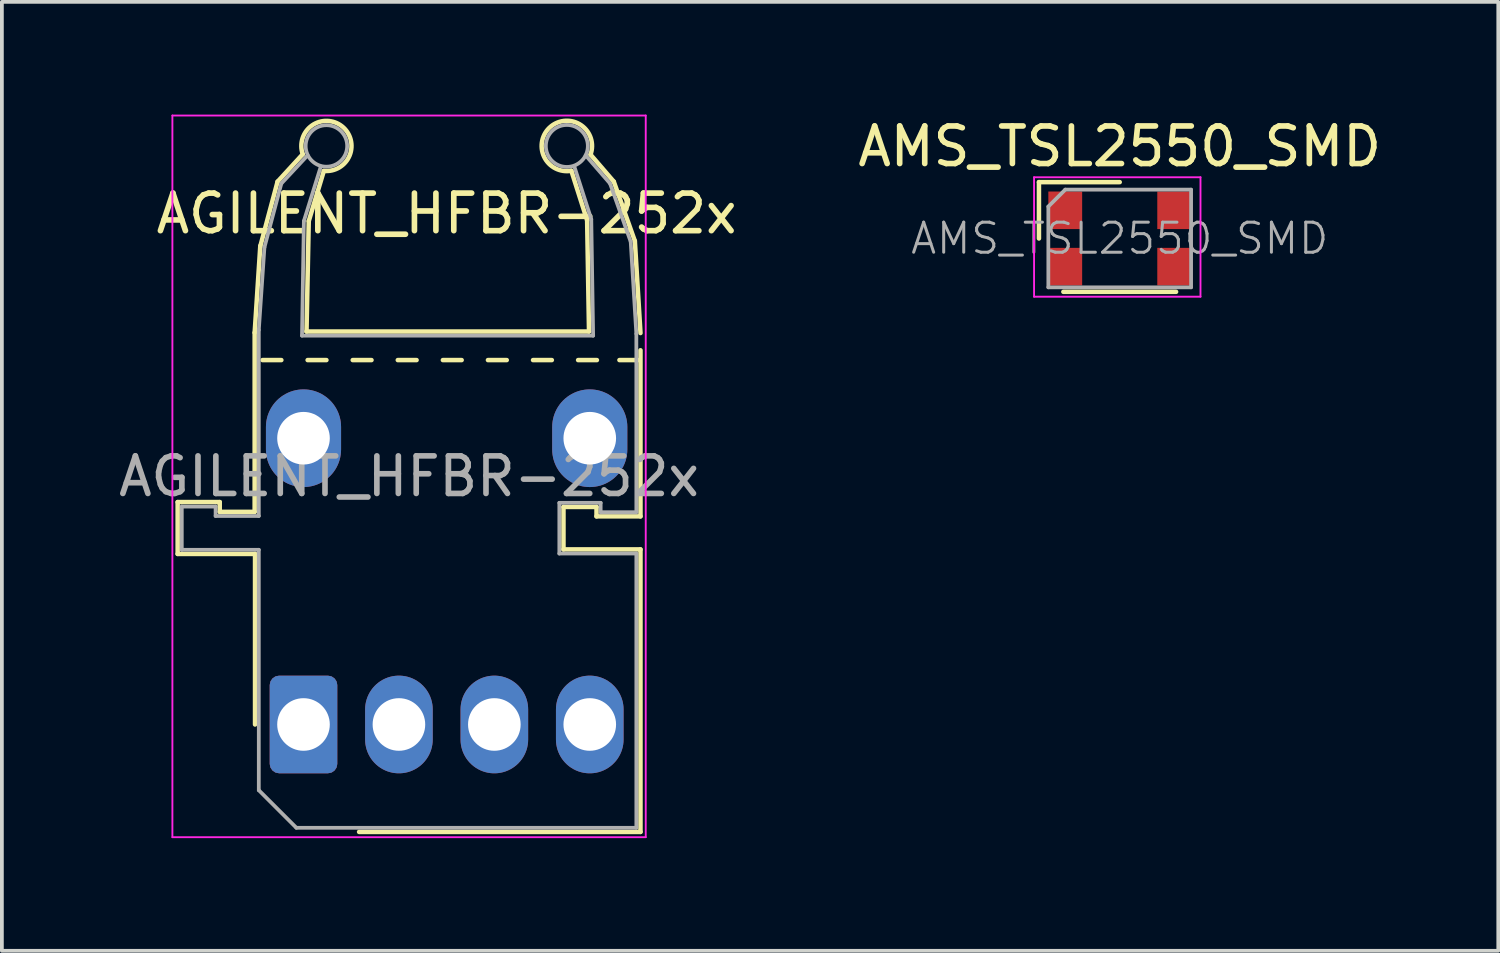
<source format=kicad_pcb>
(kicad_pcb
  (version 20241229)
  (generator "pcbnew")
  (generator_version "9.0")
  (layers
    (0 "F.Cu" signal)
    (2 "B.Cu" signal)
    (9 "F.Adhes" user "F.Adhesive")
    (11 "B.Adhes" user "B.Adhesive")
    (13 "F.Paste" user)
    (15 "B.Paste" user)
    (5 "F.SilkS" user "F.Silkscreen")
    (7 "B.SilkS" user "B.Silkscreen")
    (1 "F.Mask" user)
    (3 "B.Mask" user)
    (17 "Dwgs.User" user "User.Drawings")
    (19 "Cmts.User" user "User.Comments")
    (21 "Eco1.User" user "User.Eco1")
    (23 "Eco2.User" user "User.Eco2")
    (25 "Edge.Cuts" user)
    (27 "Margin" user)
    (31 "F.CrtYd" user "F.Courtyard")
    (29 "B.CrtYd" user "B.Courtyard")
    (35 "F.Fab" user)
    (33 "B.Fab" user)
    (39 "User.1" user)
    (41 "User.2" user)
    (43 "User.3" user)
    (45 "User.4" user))
  (footprint "AMS_TSL2550_SMD"
    (layer "F.Cu")
    (at 26.756 3.298)
    (property "Reference" "AMS_TSL2550_SMD" (at 0 -2.45 0) (layer "F.SilkS") (effects (font (size 1 1) (thickness 0.15))))
    (attr smd)
    (fp_line (start -2.15 -1.5) (end 0 -1.5) (stroke (width 0.12) (type solid)) (layer "F.SilkS"))
    (fp_line (start -2.15 0) (end -2.15 -1.5) (stroke (width 0.12) (type solid)) (layer "F.SilkS"))
    (fp_line (start -1.5 1.42) (end 1.5 1.42) (stroke (width 0.12) (type solid)) (layer "F.SilkS"))
    (fp_line (start -2.28 -1.63) (end -2.28 1.55) (stroke (width 0.05) (type solid)) (layer "F.CrtYd"))
    (fp_line (start -2.28 -1.63) (end 2.15 -1.63) (stroke (width 0.05) (type solid)) (layer "F.CrtYd"))
    (fp_line (start 2.15 1.55) (end -2.28 1.55) (stroke (width 0.05) (type solid)) (layer "F.CrtYd"))
    (fp_line (start 2.15 1.55) (end 2.15 -1.63) (stroke (width 0.05) (type solid)) (layer "F.CrtYd"))
    (fp_line (start -1.9 -0.85) (end -1.9 1.3) (stroke (width 0.1) (type solid)) (layer "F.Fab"))
    (fp_line (start -1.9 1.3) (end 1.9 1.3) (stroke (width 0.1) (type solid)) (layer "F.Fab"))
    (fp_line (start -1.45 -1.3) (end -1.9 -0.85) (stroke (width 0.1) (type solid)) (layer "F.Fab"))
    (fp_line (start 1.9 -1.3) (end -1.45 -1.3) (stroke (width 0.1) (type solid)) (layer "F.Fab"))
    (fp_line (start 1.9 1.3) (end 1.9 -1.3) (stroke (width 0.1) (type solid)) (layer "F.Fab"))
    (fp_text user "${REFERENCE}" (at 0 0 0) (layer "F.Fab") (effects (font (size 0.8 0.8) (thickness 0.08))))
    (pad "1" smd rect (at -1.45 -0.75) (size 0.9 1) (layers "F.Cu" "F.Mask" "F.Paste"))
    (pad "2" smd rect (at -1.45 0.75) (size 0.9 1) (layers "F.Cu" "F.Mask" "F.Paste"))
    (pad "3" smd rect (at 1.45 0.75) (size 0.9 1) (layers "F.Cu" "F.Mask" "F.Paste"))
    (pad "4" smd rect (at 1.45 -0.75) (size 0.9 1) (layers "F.Cu" "F.Mask" "F.Paste")))
  (footprint "AGILENT_HFBR-252x"
    (layer "F.Cu")
    (at 5.029 16.235)
    (property "Reference" "AGILENT_HFBR-252x" (at 3.81 -13.6 0) (layer "F.SilkS") (effects (font (size 1 1) (thickness 0.15))))
    (attr through_hole)
    (fp_line (start -3.35 -5.92) (end -2.23 -5.92) (stroke (width 0.12) (type solid)) (layer "F.SilkS"))
    (fp_line (start -3.35 -4.54) (end -3.35 -5.92) (stroke (width 0.12) (type solid)) (layer "F.SilkS"))
    (fp_line (start -2.23 -5.66) (end -2.23 -5.92) (stroke (width 0.12) (type solid)) (layer "F.SilkS"))
    (fp_line (start -2.23 -5.66) (end -1.3 -5.66) (stroke (width 0.12) (type solid)) (layer "F.SilkS"))
    (fp_line (start -1.3 -10.43) (end -1.15 -12.74) (stroke (width 0.12) (type solid)) (layer "F.SilkS"))
    (fp_line (start -1.3 -5.66) (end -1.3 -10.43) (stroke (width 0.12) (type solid)) (layer "F.SilkS"))
    (fp_line (start -1.29 -4.54) (end -3.35 -4.54) (stroke (width 0.12) (type solid)) (layer "F.SilkS"))
    (fp_line (start -1.29 -4.54) (end -1.29 0.000043) (stroke (width 0.12) (type solid)) (layer "F.SilkS"))
    (fp_line (start -1.15 -12.73) (end -0.69 -14.45) (stroke (width 0.12) (type solid)) (layer "F.SilkS"))
    (fp_line (start -0.69 -14.45) (end -0.02 -15.18) (stroke (width 0.12) (type solid)) (layer "F.SilkS"))
    (fp_line (start -0.59 -9.7) (end -1.09 -9.7) (stroke (width 0.12) (type solid)) (layer "F.SilkS"))
    (fp_line (start 0.08 -10.46) (end 0.14 -13.4) (stroke (width 0.12) (type solid)) (layer "F.SilkS"))
    (fp_line (start 0.14 -13.4) (end 0.54 -14.73) (stroke (width 0.12) (type solid)) (layer "F.SilkS"))
    (fp_line (start 0.61 -9.7) (end 0.11 -9.7) (stroke (width 0.12) (type solid)) (layer "F.SilkS"))
    (fp_line (start 1.48 2.86) (end 8.97 2.86) (stroke (width 0.12) (type solid)) (layer "F.SilkS"))
    (fp_line (start 1.81 -9.7) (end 1.31 -9.7) (stroke (width 0.12) (type solid)) (layer "F.SilkS"))
    (fp_line (start 3.01 -9.7) (end 2.51 -9.7) (stroke (width 0.12) (type solid)) (layer "F.SilkS"))
    (fp_line (start 4.21 -9.7) (end 3.71 -9.7) (stroke (width 0.12) (type solid)) (layer "F.SilkS"))
    (fp_line (start 5.41 -9.7) (end 4.91 -9.7) (stroke (width 0.12) (type solid)) (layer "F.SilkS"))
    (fp_line (start 6.61 -9.7) (end 6.11 -9.7) (stroke (width 0.12) (type solid)) (layer "F.SilkS"))
    (fp_line (start 6.92 -5.79) (end 7.8 -5.79) (stroke (width 0.12) (type solid)) (layer "F.SilkS"))
    (fp_line (start 6.92 -4.66) (end 6.92 -5.79) (stroke (width 0.12) (type solid)) (layer "F.SilkS"))
    (fp_line (start 7.55 -13.42) (end 7.13 -14.74) (stroke (width 0.12) (type solid)) (layer "F.SilkS"))
    (fp_line (start 7.6 -10.46) (end 0.08 -10.46) (stroke (width 0.12) (type solid)) (layer "F.SilkS"))
    (fp_line (start 7.6 -10.46) (end 7.55 -13.42) (stroke (width 0.12) (type solid)) (layer "F.SilkS"))
    (fp_line (start 7.8 -5.54) (end 7.8 -5.79) (stroke (width 0.12) (type solid)) (layer "F.SilkS"))
    (fp_line (start 7.8 -5.54) (end 8.97 -5.54) (stroke (width 0.12) (type solid)) (layer "F.SilkS"))
    (fp_line (start 7.81 -9.7) (end 7.31 -9.7) (stroke (width 0.12) (type solid)) (layer "F.SilkS"))
    (fp_line (start 8.26 -14.45) (end 7.64 -15.17) (stroke (width 0.12) (type solid)) (layer "F.SilkS"))
    (fp_line (start 8.82 -12.87) (end 8.26 -14.45) (stroke (width 0.12) (type solid)) (layer "F.SilkS"))
    (fp_line (start 8.91 -9.7) (end 8.41 -9.7) (stroke (width 0.12) (type solid)) (layer "F.SilkS"))
    (fp_line (start 8.97 -10.42) (end 8.82 -12.87) (stroke (width 0.12) (type solid)) (layer "F.SilkS"))
    (fp_line (start 8.97 -5.54) (end 8.97 -9.961) (stroke (width 0.12) (type solid)) (layer "F.SilkS"))
    (fp_line (start 8.97 -4.66) (end 6.92 -4.66) (stroke (width 0.12) (type solid)) (layer "F.SilkS"))
    (fp_line (start 8.97 2.86) (end 8.97 -4.66) (stroke (width 0.12) (type solid)) (layer "F.SilkS"))
    (fp_arc (start -0.02 -15.18) (mid 1.024518 -15.922948) (end 0.53962 -14.736414) (stroke (width 0.12) (type solid)) (layer "F.SilkS"))
    (fp_arc (start 7.129973 -14.740147) (mid 6.577787 -15.912827) (end 7.64 -15.17) (stroke (width 0.12) (type solid)) (layer "F.SilkS"))
    (fp_line (start -3.49 -16.21) (end -3.49 3) (stroke (width 0.05) (type solid)) (layer "F.CrtYd"))
    (fp_line (start -3.49 -16.21) (end 9.11 -16.21) (stroke (width 0.05) (type solid)) (layer "F.CrtYd"))
    (fp_line (start 9.11 3) (end -3.49 3) (stroke (width 0.05) (type solid)) (layer "F.CrtYd"))
    (fp_line (start 9.11 3) (end 9.11 -16.21) (stroke (width 0.05) (type solid)) (layer "F.CrtYd"))
    (fp_line (start -3.24 -5.8) (end -3.24 -4.65) (stroke (width 0.1) (type solid)) (layer "F.Fab"))
    (fp_line (start -3.24 -4.65) (end -1.19 -4.65) (stroke (width 0.1) (type solid)) (layer "F.Fab"))
    (fp_line (start -2.34 -5.8) (end -3.24 -5.8) (stroke (width 0.1) (type solid)) (layer "F.Fab"))
    (fp_line (start -2.34 -5.55) (end -2.34 -5.8) (stroke (width 0.1) (type solid)) (layer "F.Fab"))
    (fp_line (start -1.19 -10.5) (end -1.19 -5.55) (stroke (width 0.1) (type solid)) (layer "F.Fab"))
    (fp_line (start -1.19 -5.55) (end -2.34 -5.55) (stroke (width 0.1) (type solid)) (layer "F.Fab"))
    (fp_line (start -1.19 -4.65) (end -1.19 1.75) (stroke (width 0.1) (type solid)) (layer "F.Fab"))
    (fp_line (start -1.04 -12.7) (end -1.19 -10.5) (stroke (width 0.1) (type solid)) (layer "F.Fab"))
    (fp_line (start -0.59 -14.4) (end -1.04 -12.7) (stroke (width 0.1) (type solid)) (layer "F.Fab"))
    (fp_line (start -0.19 2.75) (end -1.19 1.75) (stroke (width 0.1) (type solid)) (layer "F.Fab"))
    (fp_line (start -0.19 2.75) (end 8.86 2.75) (stroke (width 0.1) (type solid)) (layer "F.Fab"))
    (fp_line (start -0.04 -10.35) (end 0.01 -13.4) (stroke (width 0.1) (type solid)) (layer "F.Fab"))
    (fp_line (start 0.01 -13.4) (end 0.46 -14.85) (stroke (width 0.1) (type solid)) (layer "F.Fab"))
    (fp_line (start 0.11 -15.15) (end -0.59 -14.4) (stroke (width 0.1) (type solid)) (layer "F.Fab"))
    (fp_line (start 6.81 -5.9) (end 7.91 -5.9) (stroke (width 0.1) (type solid)) (layer "F.Fab"))
    (fp_line (start 6.81 -4.55) (end 6.81 -5.9) (stroke (width 0.1) (type solid)) (layer "F.Fab"))
    (fp_line (start 7.21 -14.85) (end 7.66 -13.45) (stroke (width 0.1) (type solid)) (layer "F.Fab"))
    (fp_line (start 7.66 -13.45) (end 7.71 -10.35) (stroke (width 0.1) (type solid)) (layer "F.Fab"))
    (fp_line (start 7.71 -10.35) (end -0.04 -10.35) (stroke (width 0.1) (type solid)) (layer "F.Fab"))
    (fp_line (start 7.91 -5.9) (end 7.91 -5.65) (stroke (width 0.1) (type solid)) (layer "F.Fab"))
    (fp_line (start 7.91 -5.65) (end 8.86 -5.65) (stroke (width 0.1) (type solid)) (layer "F.Fab"))
    (fp_line (start 8.16 -14.4) (end 7.51 -15.15) (stroke (width 0.1) (type solid)) (layer "F.Fab"))
    (fp_line (start 8.71 -12.85) (end 8.16 -14.4) (stroke (width 0.1) (type solid)) (layer "F.Fab"))
    (fp_line (start 8.86 -10.4) (end 8.71 -12.85) (stroke (width 0.1) (type solid)) (layer "F.Fab"))
    (fp_line (start 8.86 -5.65) (end 8.86 -10.4) (stroke (width 0.1) (type solid)) (layer "F.Fab"))
    (fp_line (start 8.86 -4.55) (end 6.81 -4.55) (stroke (width 0.1) (type solid)) (layer "F.Fab"))
    (fp_line (start 8.86 2.75) (end 8.86 -4.55) (stroke (width 0.1) (type solid)) (layer "F.Fab"))
    (fp_circle (center 0.61 -15.4) (end 0.66 -14.85) (stroke (width 0.1) (type solid)) (fill no) (layer "F.Fab"))
    (fp_circle (center 7.01 -15.4) (end 7.51 -15.15) (stroke (width 0.1) (type solid)) (fill no) (layer "F.Fab"))
    (fp_text user "${REFERENCE}" (at 2.81 -6.605 0) (layer "F.Fab") (effects (font (size 1 1) (thickness 0.15))))
    (pad "1" thru_hole roundrect (at 0 0) (size 1.8 2.6) (drill 1.4) (layers "*.Cu" "*.Mask") (roundrect_rratio 0.139))
    (pad "2" thru_hole oval (at 2.54 0) (size 1.8 2.6) (drill 1.4) (layers "*.Cu" "*.Mask"))
    (pad "3" thru_hole oval (at 5.08 0) (size 1.8 2.6) (drill 1.4) (layers "*.Cu" "*.Mask"))
    (pad "4" thru_hole oval (at 7.62 0) (size 1.8 2.6) (drill 1.4) (layers "*.Cu" "*.Mask"))
    (pad "5" thru_hole oval (at 7.62 -7.62) (size 2 2.6) (drill 1.4) (layers "*.Cu" "*.Mask"))
    (pad "6" thru_hole oval (at 0 -7.62) (size 2 2.6) (drill 1.4) (layers "*.Cu" "*.Mask")))
  (gr_rect
    (start -3 -3)
    (end 36.833 22.26)
    (stroke (width 0.1) (type default))
    (fill no)
    (layer "Edge.Cuts")))
</source>
